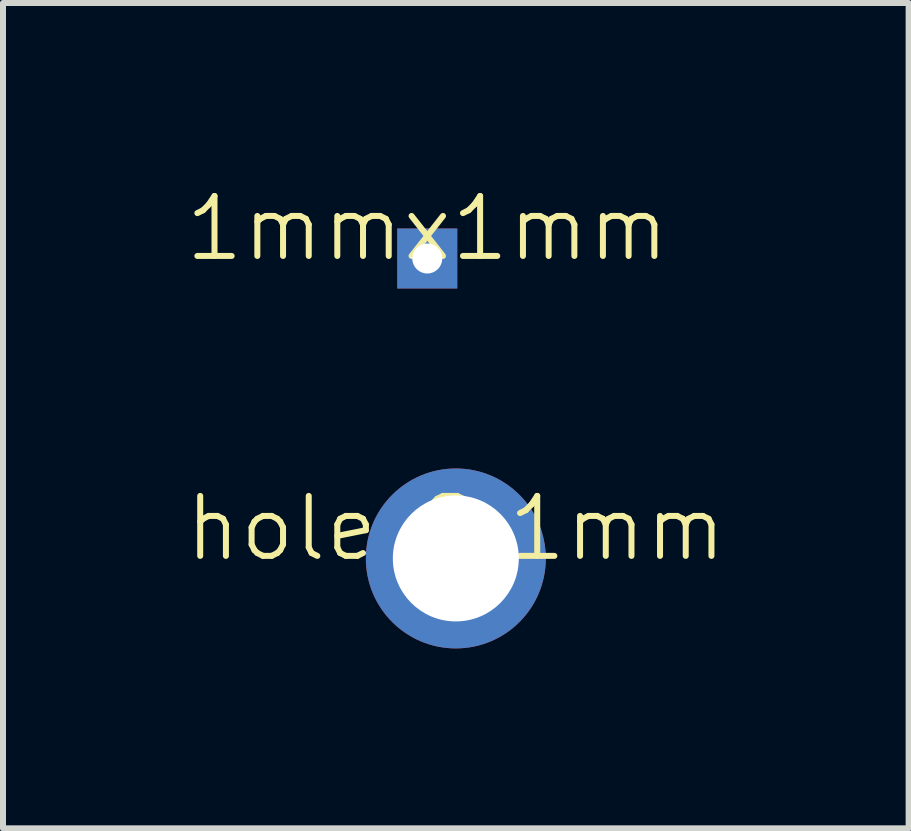
<source format=kicad_pcb>
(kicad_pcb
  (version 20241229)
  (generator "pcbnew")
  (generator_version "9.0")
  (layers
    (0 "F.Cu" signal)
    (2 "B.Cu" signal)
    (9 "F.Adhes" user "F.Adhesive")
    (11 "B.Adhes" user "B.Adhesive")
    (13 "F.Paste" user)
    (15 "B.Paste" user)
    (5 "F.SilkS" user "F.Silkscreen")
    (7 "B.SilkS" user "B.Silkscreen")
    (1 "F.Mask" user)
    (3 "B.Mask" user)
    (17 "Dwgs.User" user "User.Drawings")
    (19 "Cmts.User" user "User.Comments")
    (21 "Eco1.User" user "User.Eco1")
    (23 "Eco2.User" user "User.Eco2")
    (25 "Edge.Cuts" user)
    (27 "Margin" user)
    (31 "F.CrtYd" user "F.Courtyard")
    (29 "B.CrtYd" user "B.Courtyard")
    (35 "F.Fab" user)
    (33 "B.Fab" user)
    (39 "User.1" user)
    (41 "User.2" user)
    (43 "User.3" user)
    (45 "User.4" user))
  (footprint "hole 2.1mm"
    (layer "F.Cu")
    (at 4.55 6.261)
    (property "Reference" "hole 2.1mm" (at 0 -0.5 0) (unlocked yes) (layer "F.SilkS") (effects (font (size 1 1) (thickness 0.1))))
    (attr smd)
    (pad "1" thru_hole circle (at 0 0) (size 3 3) (drill 2.1) (layers "*.Cu" "*.Mask")))
  (footprint "1mmx1mm"
    (layer "F.Cu")
    (at 4.074 1.26)
    (property "Reference" "1mmx1mm" (at 0 -0.5 0) (unlocked yes) (layer "F.SilkS") (effects (font (size 1 1) (thickness 0.1))))
    (attr smd)
    (pad "1" thru_hole rect (at 0 0) (size 1 1) (drill 0.5) (layers "*.Cu" "*.Mask")))
  (gr_rect
    (start -3 -3)
    (end 12.1 10.761)
    (stroke (width 0.1) (type default))
    (fill no)
    (layer "Edge.Cuts")))
</source>
